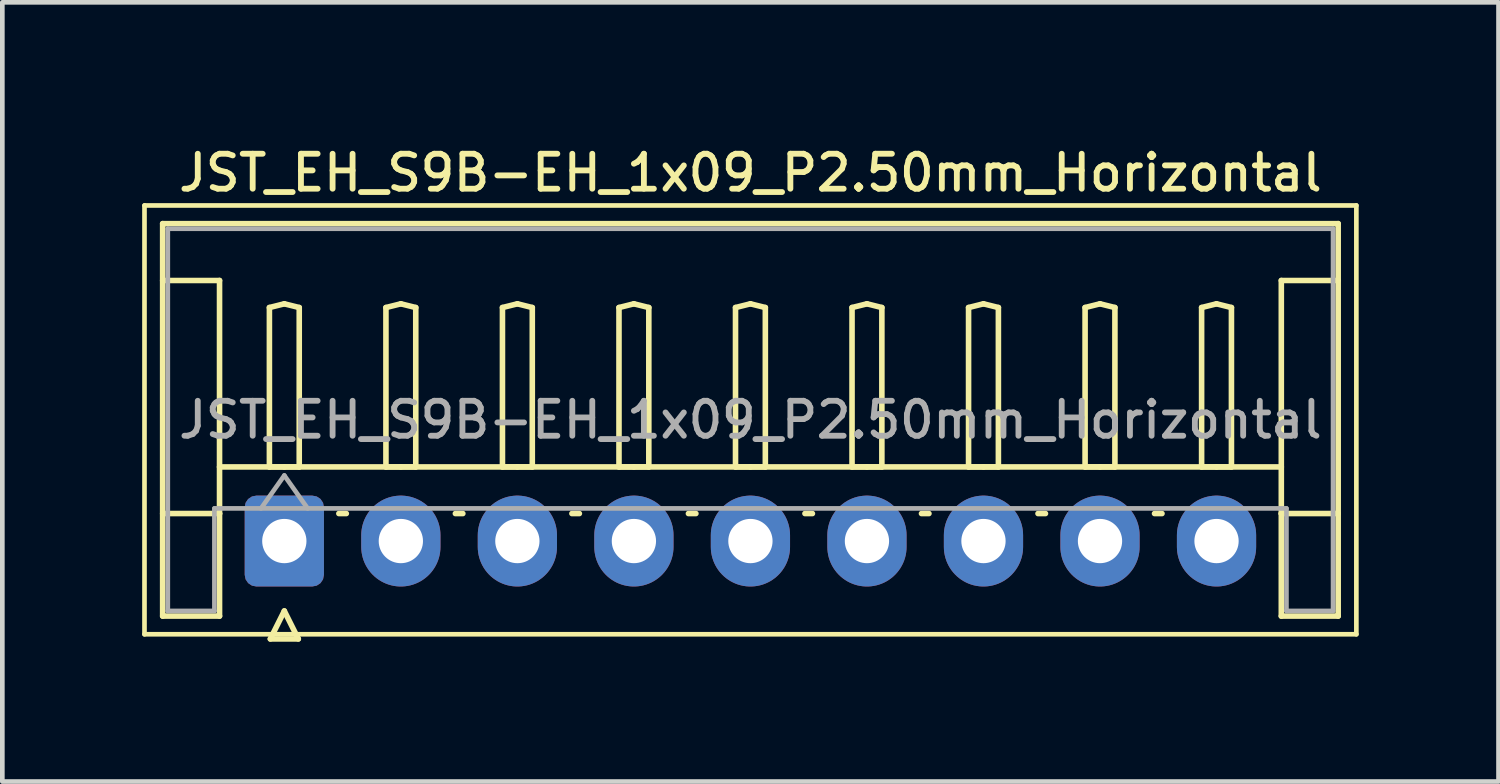
<source format=kicad_pcb>
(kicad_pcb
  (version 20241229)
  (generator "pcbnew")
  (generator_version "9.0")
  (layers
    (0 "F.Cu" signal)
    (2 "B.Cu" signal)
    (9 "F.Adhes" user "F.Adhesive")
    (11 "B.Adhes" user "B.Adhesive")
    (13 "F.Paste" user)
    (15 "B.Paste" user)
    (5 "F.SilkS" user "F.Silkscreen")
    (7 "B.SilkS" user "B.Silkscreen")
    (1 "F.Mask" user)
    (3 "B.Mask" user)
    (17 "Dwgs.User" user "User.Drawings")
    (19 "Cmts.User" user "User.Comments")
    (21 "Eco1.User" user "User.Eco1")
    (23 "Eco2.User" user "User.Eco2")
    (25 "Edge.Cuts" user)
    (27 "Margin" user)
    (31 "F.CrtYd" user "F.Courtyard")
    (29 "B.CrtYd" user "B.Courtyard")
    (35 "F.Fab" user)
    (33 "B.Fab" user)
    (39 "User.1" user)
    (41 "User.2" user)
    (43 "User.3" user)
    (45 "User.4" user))
  (footprint "JST_EH_S9B-EH_1x09_P2.50mm_Horizontal"
    (layer "F.Cu")
    (at 3.05 8.558)
    (property "Reference" "JST_EH_S9B-EH_1x09_P2.50mm_Horizontal" (at 10 -7.9 0) (layer "F.SilkS") (effects (font (size 0.75 0.75) (thickness 0.125))))
    (attr through_hole)
    (fp_line (start -3 -7.2) (end -3 2) (stroke (width 0.1) (type solid)) (layer "F.SilkS"))
    (fp_line (start -3 2) (end 23 2) (stroke (width 0.1) (type solid)) (layer "F.SilkS"))
    (fp_line (start -2.61 -6.81) (end 22.61 -6.81) (stroke (width 0.12) (type solid)) (layer "F.SilkS"))
    (fp_line (start -2.61 -5.59) (end -1.39 -5.59) (stroke (width 0.12) (type solid)) (layer "F.SilkS"))
    (fp_line (start -2.61 1.61) (end -2.61 -6.81) (stroke (width 0.12) (type solid)) (layer "F.SilkS"))
    (fp_line (start -1.39 -5.59) (end -1.39 -0.59) (stroke (width 0.12) (type solid)) (layer "F.SilkS"))
    (fp_line (start -1.39 -1.59) (end 21.39 -1.59) (stroke (width 0.12) (type solid)) (layer "F.SilkS"))
    (fp_line (start -1.39 -0.59) (end -2.61 -0.59) (stroke (width 0.12) (type solid)) (layer "F.SilkS"))
    (fp_line (start -1.39 -0.59) (end -1.39 1.61) (stroke (width 0.12) (type solid)) (layer "F.SilkS"))
    (fp_line (start -1.39 1.61) (end -2.61 1.61) (stroke (width 0.12) (type solid)) (layer "F.SilkS"))
    (fp_line (start -0.32 -5.01) (end 0 -5.09) (stroke (width 0.12) (type solid)) (layer "F.SilkS"))
    (fp_line (start -0.32 -1.59) (end -0.32 -5.01) (stroke (width 0.12) (type solid)) (layer "F.SilkS"))
    (fp_line (start -0.3 2.1) (end 0.3 2.1) (stroke (width 0.12) (type solid)) (layer "F.SilkS"))
    (fp_line (start 0 -5.09) (end 0.32 -5.01) (stroke (width 0.12) (type solid)) (layer "F.SilkS"))
    (fp_line (start 0 -1.59) (end -0.32 -1.59) (stroke (width 0.12) (type solid)) (layer "F.SilkS"))
    (fp_line (start 0 1.5) (end -0.3 2.1) (stroke (width 0.12) (type solid)) (layer "F.SilkS"))
    (fp_line (start 0.3 2.1) (end 0 1.5) (stroke (width 0.12) (type solid)) (layer "F.SilkS"))
    (fp_line (start 0.32 -5.01) (end 0.32 -1.59) (stroke (width 0.12) (type solid)) (layer "F.SilkS"))
    (fp_line (start 0.32 -1.59) (end 0 -1.59) (stroke (width 0.12) (type solid)) (layer "F.SilkS"))
    (fp_line (start 1.17 -0.59) (end 1.33 -0.59) (stroke (width 0.12) (type solid)) (layer "F.SilkS"))
    (fp_line (start 2.18 -5.01) (end 2.5 -5.09) (stroke (width 0.12) (type solid)) (layer "F.SilkS"))
    (fp_line (start 2.18 -1.59) (end 2.18 -5.01) (stroke (width 0.12) (type solid)) (layer "F.SilkS"))
    (fp_line (start 2.5 -5.09) (end 2.82 -5.01) (stroke (width 0.12) (type solid)) (layer "F.SilkS"))
    (fp_line (start 2.5 -1.59) (end 2.18 -1.59) (stroke (width 0.12) (type solid)) (layer "F.SilkS"))
    (fp_line (start 2.82 -5.01) (end 2.82 -1.59) (stroke (width 0.12) (type solid)) (layer "F.SilkS"))
    (fp_line (start 2.82 -1.59) (end 2.5 -1.59) (stroke (width 0.12) (type solid)) (layer "F.SilkS"))
    (fp_line (start 3.67 -0.59) (end 3.83 -0.59) (stroke (width 0.12) (type solid)) (layer "F.SilkS"))
    (fp_line (start 4.68 -5.01) (end 5 -5.09) (stroke (width 0.12) (type solid)) (layer "F.SilkS"))
    (fp_line (start 4.68 -1.59) (end 4.68 -5.01) (stroke (width 0.12) (type solid)) (layer "F.SilkS"))
    (fp_line (start 5 -5.09) (end 5.32 -5.01) (stroke (width 0.12) (type solid)) (layer "F.SilkS"))
    (fp_line (start 5 -1.59) (end 4.68 -1.59) (stroke (width 0.12) (type solid)) (layer "F.SilkS"))
    (fp_line (start 5.32 -5.01) (end 5.32 -1.59) (stroke (width 0.12) (type solid)) (layer "F.SilkS"))
    (fp_line (start 5.32 -1.59) (end 5 -1.59) (stroke (width 0.12) (type solid)) (layer "F.SilkS"))
    (fp_line (start 6.17 -0.59) (end 6.33 -0.59) (stroke (width 0.12) (type solid)) (layer "F.SilkS"))
    (fp_line (start 7.18 -5.01) (end 7.5 -5.09) (stroke (width 0.12) (type solid)) (layer "F.SilkS"))
    (fp_line (start 7.18 -1.59) (end 7.18 -5.01) (stroke (width 0.12) (type solid)) (layer "F.SilkS"))
    (fp_line (start 7.5 -5.09) (end 7.82 -5.01) (stroke (width 0.12) (type solid)) (layer "F.SilkS"))
    (fp_line (start 7.5 -1.59) (end 7.18 -1.59) (stroke (width 0.12) (type solid)) (layer "F.SilkS"))
    (fp_line (start 7.82 -5.01) (end 7.82 -1.59) (stroke (width 0.12) (type solid)) (layer "F.SilkS"))
    (fp_line (start 7.82 -1.59) (end 7.5 -1.59) (stroke (width 0.12) (type solid)) (layer "F.SilkS"))
    (fp_line (start 8.67 -0.59) (end 8.83 -0.59) (stroke (width 0.12) (type solid)) (layer "F.SilkS"))
    (fp_line (start 9.68 -5.01) (end 10 -5.09) (stroke (width 0.12) (type solid)) (layer "F.SilkS"))
    (fp_line (start 9.68 -1.59) (end 9.68 -5.01) (stroke (width 0.12) (type solid)) (layer "F.SilkS"))
    (fp_line (start 10 -5.09) (end 10.32 -5.01) (stroke (width 0.12) (type solid)) (layer "F.SilkS"))
    (fp_line (start 10 -1.59) (end 9.68 -1.59) (stroke (width 0.12) (type solid)) (layer "F.SilkS"))
    (fp_line (start 10.32 -5.01) (end 10.32 -1.59) (stroke (width 0.12) (type solid)) (layer "F.SilkS"))
    (fp_line (start 10.32 -1.59) (end 10 -1.59) (stroke (width 0.12) (type solid)) (layer "F.SilkS"))
    (fp_line (start 11.17 -0.59) (end 11.33 -0.59) (stroke (width 0.12) (type solid)) (layer "F.SilkS"))
    (fp_line (start 12.18 -5.01) (end 12.5 -5.09) (stroke (width 0.12) (type solid)) (layer "F.SilkS"))
    (fp_line (start 12.18 -1.59) (end 12.18 -5.01) (stroke (width 0.12) (type solid)) (layer "F.SilkS"))
    (fp_line (start 12.5 -5.09) (end 12.82 -5.01) (stroke (width 0.12) (type solid)) (layer "F.SilkS"))
    (fp_line (start 12.5 -1.59) (end 12.18 -1.59) (stroke (width 0.12) (type solid)) (layer "F.SilkS"))
    (fp_line (start 12.82 -5.01) (end 12.82 -1.59) (stroke (width 0.12) (type solid)) (layer "F.SilkS"))
    (fp_line (start 12.82 -1.59) (end 12.5 -1.59) (stroke (width 0.12) (type solid)) (layer "F.SilkS"))
    (fp_line (start 13.67 -0.59) (end 13.83 -0.59) (stroke (width 0.12) (type solid)) (layer "F.SilkS"))
    (fp_line (start 14.68 -5.01) (end 15 -5.09) (stroke (width 0.12) (type solid)) (layer "F.SilkS"))
    (fp_line (start 14.68 -1.59) (end 14.68 -5.01) (stroke (width 0.12) (type solid)) (layer "F.SilkS"))
    (fp_line (start 15 -5.09) (end 15.32 -5.01) (stroke (width 0.12) (type solid)) (layer "F.SilkS"))
    (fp_line (start 15 -1.59) (end 14.68 -1.59) (stroke (width 0.12) (type solid)) (layer "F.SilkS"))
    (fp_line (start 15.32 -5.01) (end 15.32 -1.59) (stroke (width 0.12) (type solid)) (layer "F.SilkS"))
    (fp_line (start 15.32 -1.59) (end 15 -1.59) (stroke (width 0.12) (type solid)) (layer "F.SilkS"))
    (fp_line (start 16.17 -0.59) (end 16.33 -0.59) (stroke (width 0.12) (type solid)) (layer "F.SilkS"))
    (fp_line (start 17.18 -5.01) (end 17.5 -5.09) (stroke (width 0.12) (type solid)) (layer "F.SilkS"))
    (fp_line (start 17.18 -1.59) (end 17.18 -5.01) (stroke (width 0.12) (type solid)) (layer "F.SilkS"))
    (fp_line (start 17.5 -5.09) (end 17.82 -5.01) (stroke (width 0.12) (type solid)) (layer "F.SilkS"))
    (fp_line (start 17.5 -1.59) (end 17.18 -1.59) (stroke (width 0.12) (type solid)) (layer "F.SilkS"))
    (fp_line (start 17.82 -5.01) (end 17.82 -1.59) (stroke (width 0.12) (type solid)) (layer "F.SilkS"))
    (fp_line (start 17.82 -1.59) (end 17.5 -1.59) (stroke (width 0.12) (type solid)) (layer "F.SilkS"))
    (fp_line (start 18.67 -0.59) (end 18.83 -0.59) (stroke (width 0.12) (type solid)) (layer "F.SilkS"))
    (fp_line (start 19.68 -5.01) (end 20 -5.09) (stroke (width 0.12) (type solid)) (layer "F.SilkS"))
    (fp_line (start 19.68 -1.59) (end 19.68 -5.01) (stroke (width 0.12) (type solid)) (layer "F.SilkS"))
    (fp_line (start 20 -5.09) (end 20.32 -5.01) (stroke (width 0.12) (type solid)) (layer "F.SilkS"))
    (fp_line (start 20 -1.59) (end 19.68 -1.59) (stroke (width 0.12) (type solid)) (layer "F.SilkS"))
    (fp_line (start 20.32 -5.01) (end 20.32 -1.59) (stroke (width 0.12) (type solid)) (layer "F.SilkS"))
    (fp_line (start 20.32 -1.59) (end 20 -1.59) (stroke (width 0.12) (type solid)) (layer "F.SilkS"))
    (fp_line (start 21.39 -5.59) (end 21.39 -0.59) (stroke (width 0.12) (type solid)) (layer "F.SilkS"))
    (fp_line (start 21.39 -0.59) (end 22.61 -0.59) (stroke (width 0.12) (type solid)) (layer "F.SilkS"))
    (fp_line (start 21.39 1.61) (end 21.39 -0.59) (stroke (width 0.12) (type solid)) (layer "F.SilkS"))
    (fp_line (start 22.61 -6.81) (end 22.61 1.61) (stroke (width 0.12) (type solid)) (layer "F.SilkS"))
    (fp_line (start 22.61 -5.59) (end 21.39 -5.59) (stroke (width 0.12) (type solid)) (layer "F.SilkS"))
    (fp_line (start 22.61 1.61) (end 21.39 1.61) (stroke (width 0.12) (type solid)) (layer "F.SilkS"))
    (fp_line (start 23 -7.2) (end -3 -7.2) (stroke (width 0.1) (type solid)) (layer "F.SilkS"))
    (fp_line (start 23 2) (end 23 -7.2) (stroke (width 0.1) (type solid)) (layer "F.SilkS"))
    (fp_line (start -2.5 -6.7) (end 22.5 -6.7) (stroke (width 0.1) (type solid)) (layer "F.Fab"))
    (fp_line (start -2.5 1.5) (end -2.5 -6.7) (stroke (width 0.1) (type solid)) (layer "F.Fab"))
    (fp_line (start -1.5 -0.7) (end -1.5 1.5) (stroke (width 0.1) (type solid)) (layer "F.Fab"))
    (fp_line (start -1.5 1.5) (end -2.5 1.5) (stroke (width 0.1) (type solid)) (layer "F.Fab"))
    (fp_line (start -0.5 -0.7) (end 0 -1.407) (stroke (width 0.1) (type solid)) (layer "F.Fab"))
    (fp_line (start 0 -1.407) (end 0.5 -0.7) (stroke (width 0.1) (type solid)) (layer "F.Fab"))
    (fp_line (start 21.5 -0.7) (end -1.5 -0.7) (stroke (width 0.1) (type solid)) (layer "F.Fab"))
    (fp_line (start 21.5 1.5) (end 21.5 -0.7) (stroke (width 0.1) (type solid)) (layer "F.Fab"))
    (fp_line (start 22.5 -6.7) (end 22.5 1.5) (stroke (width 0.1) (type solid)) (layer "F.Fab"))
    (fp_line (start 22.5 1.5) (end 21.5 1.5) (stroke (width 0.1) (type solid)) (layer "F.Fab"))
    (fp_text user "${REFERENCE}" (at 10 -2.6 0) (layer "F.Fab") (effects (font (size 0.75 0.75) (thickness 0.125))))
    (pad "1" thru_hole roundrect (at 0 0) (size 1.7 1.95) (drill 0.95) (layers "*.Cu" "*.Mask") (roundrect_rratio 0.147))
    (pad "2" thru_hole oval (at 2.5 0) (size 1.7 1.95) (drill 0.95) (layers "*.Cu" "*.Mask"))
    (pad "3" thru_hole oval (at 5 0) (size 1.7 1.95) (drill 0.95) (layers "*.Cu" "*.Mask"))
    (pad "4" thru_hole oval (at 7.5 0) (size 1.7 1.95) (drill 0.95) (layers "*.Cu" "*.Mask"))
    (pad "5" thru_hole oval (at 10 0) (size 1.7 1.95) (drill 0.95) (layers "*.Cu" "*.Mask"))
    (pad "6" thru_hole oval (at 12.5 0) (size 1.7 1.95) (drill 0.95) (layers "*.Cu" "*.Mask"))
    (pad "7" thru_hole oval (at 15 0) (size 1.7 1.95) (drill 0.95) (layers "*.Cu" "*.Mask"))
    (pad "8" thru_hole oval (at 17.5 0) (size 1.7 1.95) (drill 0.95) (layers "*.Cu" "*.Mask"))
    (pad "9" thru_hole oval (at 20 0) (size 1.7 1.95) (drill 0.95) (layers "*.Cu" "*.Mask")))
  (gr_rect
    (start -3 -3)
    (end 29.1 13.718)
    (stroke (width 0.1) (type default))
    (fill no)
    (layer "Edge.Cuts")))
</source>
